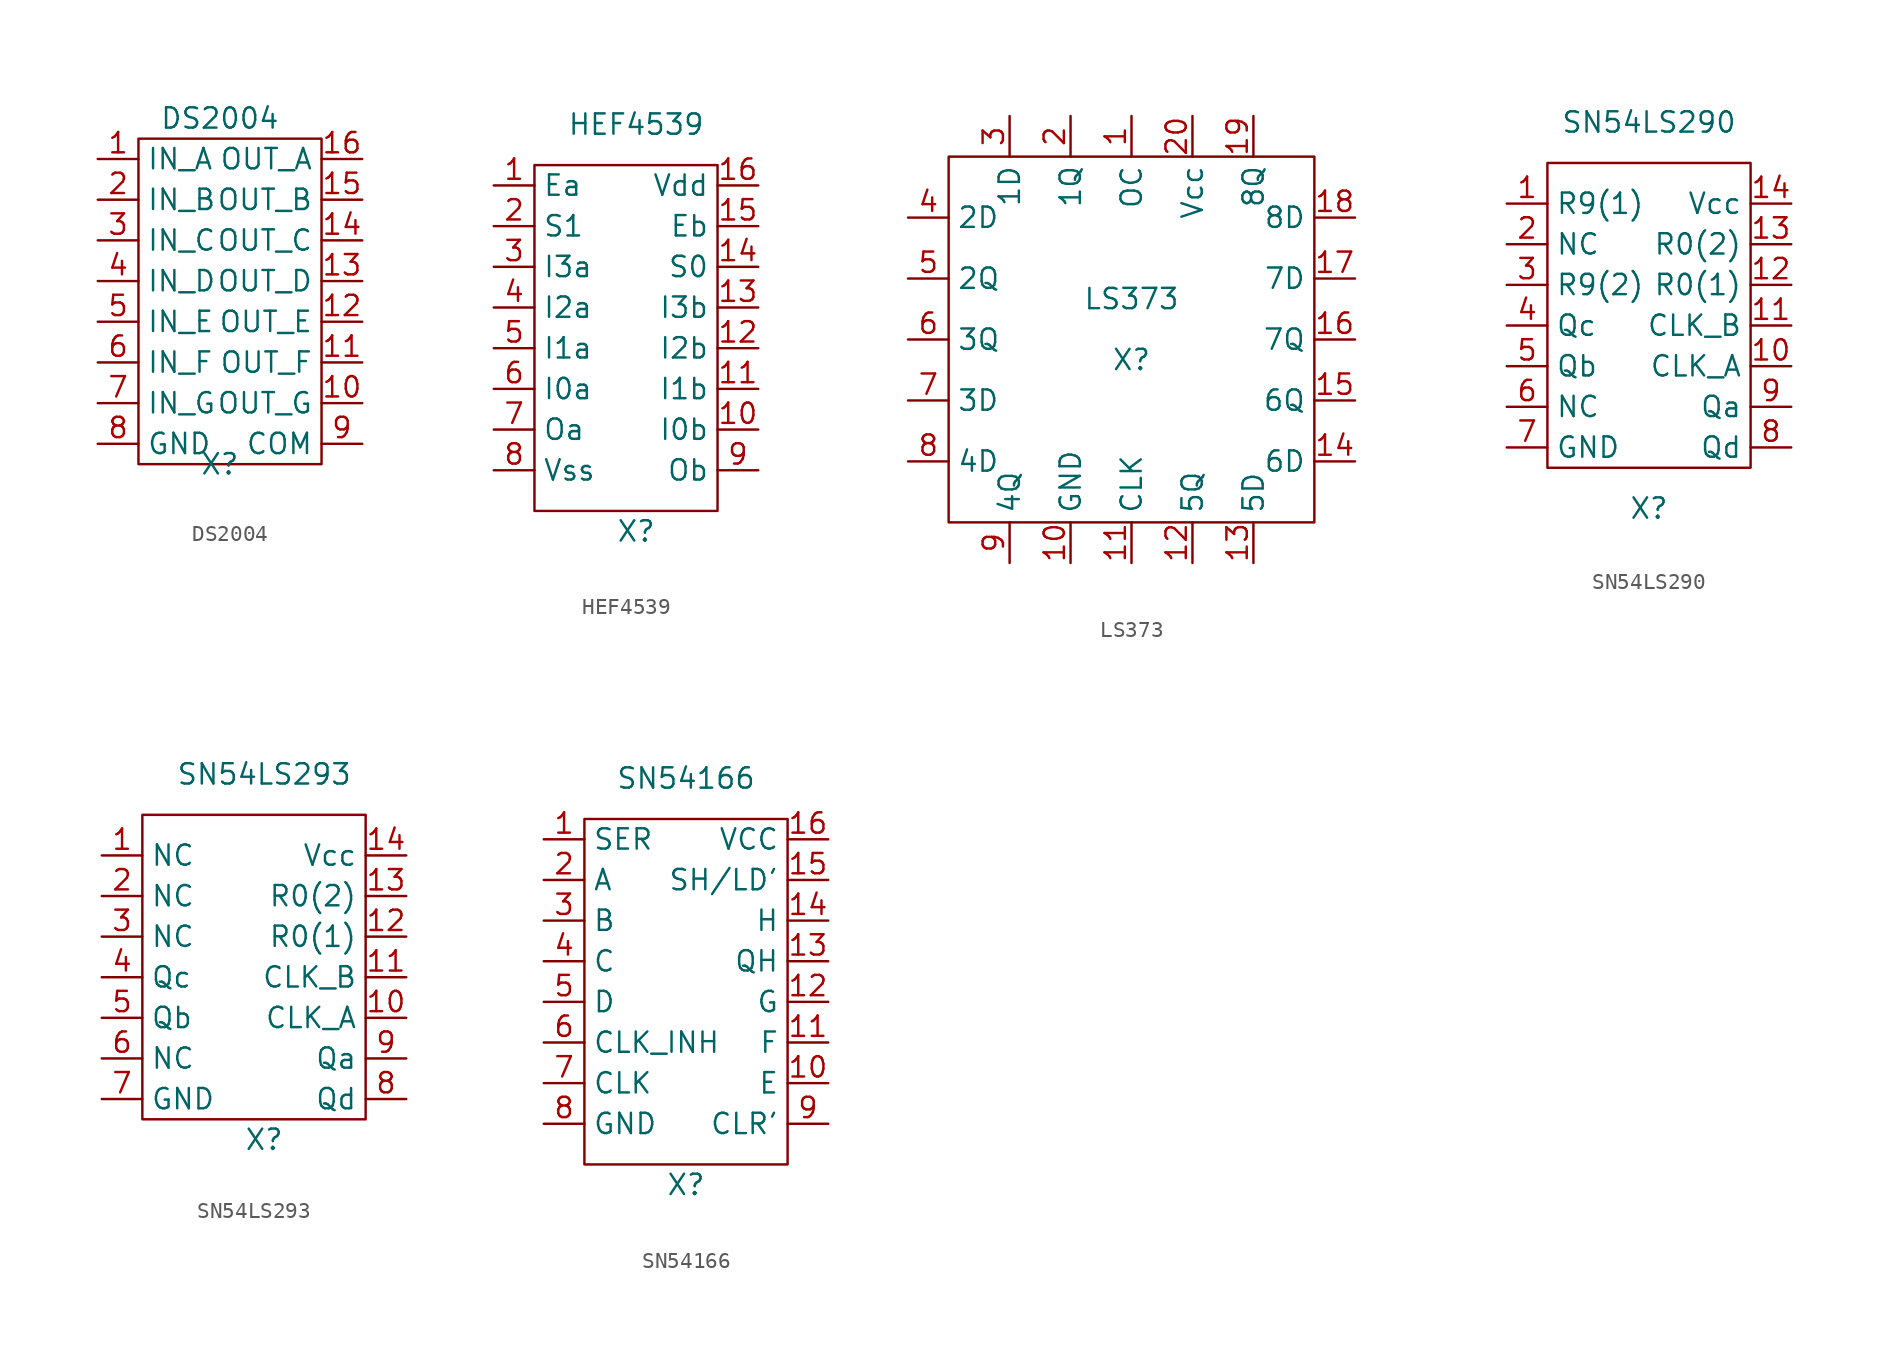
<source format=kicad_sym>
(kicad_symbol_lib
  (version 20211014)
  (generator kicad_symbol_editor)
  (symbol "DS2004"
    (property "Reference" "X"
      (at 0 -11.43 0)
      (effects (font (size 1.27 1.27))))
    (property "Value" "DS2004"
      (at 0 10.16 0)
      (effects (font (size 1.27 1.27))))
    (symbol "DS2004_0_1"
      (rectangle (start -5.08 8.89) (end 6.35 -11.43) (stroke (width 0) (type default) (color 0 0 0 0)) (fill (type none))))
    (symbol "DS2004_1_1"
      (pin input line (at -7.62 7.62 0) (length 2.54) (name "IN_A" (effects (font (size 1.27 1.27)))) (number "1" (effects (font (size 1.27 1.27)))))
      (pin output line (at 8.89 -7.62 180) (length 2.54) (name "OUT_G" (effects (font (size 1.27 1.27)))) (number "10" (effects (font (size 1.27 1.27)))))
      (pin output line (at 8.89 -5.08 180) (length 2.54) (name "OUT_F" (effects (font (size 1.27 1.27)))) (number "11" (effects (font (size 1.27 1.27)))))
      (pin output line (at 8.89 -2.54 180) (length 2.54) (name "OUT_E" (effects (font (size 1.27 1.27)))) (number "12" (effects (font (size 1.27 1.27)))))
      (pin output line (at 8.89 0 180) (length 2.54) (name "OUT_D" (effects (font (size 1.27 1.27)))) (number "13" (effects (font (size 1.27 1.27)))))
      (pin output line (at 8.89 2.54 180) (length 2.54) (name "OUT_C" (effects (font (size 1.27 1.27)))) (number "14" (effects (font (size 1.27 1.27)))))
      (pin output line (at 8.89 5.08 180) (length 2.54) (name "OUT_B" (effects (font (size 1.27 1.27)))) (number "15" (effects (font (size 1.27 1.27)))))
      (pin output line (at 8.89 7.62 180) (length 2.54) (name "OUT_A" (effects (font (size 1.27 1.27)))) (number "16" (effects (font (size 1.27 1.27)))))
      (pin input line (at -7.62 5.08 0) (length 2.54) (name "IN_B" (effects (font (size 1.27 1.27)))) (number "2" (effects (font (size 1.27 1.27)))))
      (pin input line (at -7.62 2.54 0) (length 2.54) (name "IN_C" (effects (font (size 1.27 1.27)))) (number "3" (effects (font (size 1.27 1.27)))))
      (pin input line (at -7.62 0 0) (length 2.54) (name "IN_D" (effects (font (size 1.27 1.27)))) (number "4" (effects (font (size 1.27 1.27)))))
      (pin input line (at -7.62 -2.54 0) (length 2.54) (name "IN_E" (effects (font (size 1.27 1.27)))) (number "5" (effects (font (size 1.27 1.27)))))
      (pin input line (at -7.62 -5.08 0) (length 2.54) (name "IN_F" (effects (font (size 1.27 1.27)))) (number "6" (effects (font (size 1.27 1.27)))))
      (pin input line (at -7.62 -7.62 0) (length 2.54) (name "IN_G" (effects (font (size 1.27 1.27)))) (number "7" (effects (font (size 1.27 1.27)))))
      (pin input line (at -7.62 -10.16 0) (length 2.54) (name "GND" (effects (font (size 1.27 1.27)))) (number "8" (effects (font (size 1.27 1.27)))))
      (pin output line (at 8.89 -10.16 180) (length 2.54) (name "COM" (effects (font (size 1.27 1.27)))) (number "9" (effects (font (size 1.27 1.27)))))))
  (symbol "HEF4539"
    (property "Reference" "X"
      (at 0 -16.51 0)
      (effects (font (size 1.27 1.27))))
    (property "Value" "HEF4539"
      (at 0 8.89 0)
      (effects (font (size 1.27 1.27))))
    (symbol "HEF4539_0_1"
      (rectangle (start -6.35 6.35) (end 5.08 -15.24) (stroke (width 0) (type default) (color 0 0 0 0)) (fill (type none))))
    (symbol "HEF4539_1_1"
      (pin input line (at -8.89 5.08 0) (length 2.54) (name "Ea" (effects (font (size 1.27 1.27)))) (number "1" (effects (font (size 1.27 1.27)))))
      (pin input line (at 7.62 -10.16 180) (length 2.54) (name "I0b" (effects (font (size 1.27 1.27)))) (number "10" (effects (font (size 1.27 1.27)))))
      (pin input line (at 7.62 -7.62 180) (length 2.54) (name "I1b" (effects (font (size 1.27 1.27)))) (number "11" (effects (font (size 1.27 1.27)))))
      (pin input line (at 7.62 -5.08 180) (length 2.54) (name "I2b" (effects (font (size 1.27 1.27)))) (number "12" (effects (font (size 1.27 1.27)))))
      (pin input line (at 7.62 -2.54 180) (length 2.54) (name "I3b" (effects (font (size 1.27 1.27)))) (number "13" (effects (font (size 1.27 1.27)))))
      (pin input line (at 7.62 0 180) (length 2.54) (name "S0" (effects (font (size 1.27 1.27)))) (number "14" (effects (font (size 1.27 1.27)))))
      (pin input line (at 7.62 2.54 180) (length 2.54) (name "Eb" (effects (font (size 1.27 1.27)))) (number "15" (effects (font (size 1.27 1.27)))))
      (pin input line (at 7.62 5.08 180) (length 2.54) (name "Vdd" (effects (font (size 1.27 1.27)))) (number "16" (effects (font (size 1.27 1.27)))))
      (pin input line (at -8.89 2.54 0) (length 2.54) (name "S1" (effects (font (size 1.27 1.27)))) (number "2" (effects (font (size 1.27 1.27)))))
      (pin input line (at -8.89 0 0) (length 2.54) (name "I3a" (effects (font (size 1.27 1.27)))) (number "3" (effects (font (size 1.27 1.27)))))
      (pin input line (at -8.89 -2.54 0) (length 2.54) (name "I2a" (effects (font (size 1.27 1.27)))) (number "4" (effects (font (size 1.27 1.27)))))
      (pin input line (at -8.89 -5.08 0) (length 2.54) (name "I1a" (effects (font (size 1.27 1.27)))) (number "5" (effects (font (size 1.27 1.27)))))
      (pin input line (at -8.89 -7.62 0) (length 2.54) (name "I0a" (effects (font (size 1.27 1.27)))) (number "6" (effects (font (size 1.27 1.27)))))
      (pin output line (at -8.89 -10.16 0) (length 2.54) (name "Oa" (effects (font (size 1.27 1.27)))) (number "7" (effects (font (size 1.27 1.27)))))
      (pin input line (at -8.89 -12.7 0) (length 2.54) (name "Vss" (effects (font (size 1.27 1.27)))) (number "8" (effects (font (size 1.27 1.27)))))
      (pin output line (at 7.62 -12.7 180) (length 2.54) (name "Ob" (effects (font (size 1.27 1.27)))) (number "9" (effects (font (size 1.27 1.27)))))))
  (symbol "LS373"
    (property "Reference" "X"
      (at -1.27 -1.27 0)
      (effects (font (size 1.27 1.27))))
    (property "Value" "LS373"
      (at -1.27 2.54 0)
      (effects (font (size 1.27 1.27))))
    (symbol "LS373_0_1"
      (rectangle (start -12.7 11.43) (end 10.16 -11.43) (stroke (width 0) (type default) (color 0 0 0 0)) (fill (type none))))
    (symbol "LS373_1_1"
      (pin input line (at -1.27 13.97 270) (length 2.54) (name "OC" (effects (font (size 1.27 1.27)))) (number "1" (effects (font (size 1.27 1.27)))))
      (pin input line (at -5.08 -13.97 90) (length 2.54) (name "GND" (effects (font (size 1.27 1.27)))) (number "10" (effects (font (size 1.27 1.27)))))
      (pin input line (at -1.27 -13.97 90) (length 2.54) (name "CLK" (effects (font (size 1.27 1.27)))) (number "11" (effects (font (size 1.27 1.27)))))
      (pin output line (at 2.54 -13.97 90) (length 2.54) (name "5Q" (effects (font (size 1.27 1.27)))) (number "12" (effects (font (size 1.27 1.27)))))
      (pin input line (at 6.35 -13.97 90) (length 2.54) (name "5D" (effects (font (size 1.27 1.27)))) (number "13" (effects (font (size 1.27 1.27)))))
      (pin input line (at 12.7 -7.62 180) (length 2.54) (name "6D" (effects (font (size 1.27 1.27)))) (number "14" (effects (font (size 1.27 1.27)))))
      (pin output line (at 12.7 -3.81 180) (length 2.54) (name "6Q" (effects (font (size 1.27 1.27)))) (number "15" (effects (font (size 1.27 1.27)))))
      (pin output line (at 12.7 0 180) (length 2.54) (name "7Q" (effects (font (size 1.27 1.27)))) (number "16" (effects (font (size 1.27 1.27)))))
      (pin input line (at 12.7 3.81 180) (length 2.54) (name "7D" (effects (font (size 1.27 1.27)))) (number "17" (effects (font (size 1.27 1.27)))))
      (pin input line (at 12.7 7.62 180) (length 2.54) (name "8D" (effects (font (size 1.27 1.27)))) (number "18" (effects (font (size 1.27 1.27)))))
      (pin output line (at 6.35 13.97 270) (length 2.54) (name "8Q" (effects (font (size 1.27 1.27)))) (number "19" (effects (font (size 1.27 1.27)))))
      (pin output line (at -5.08 13.97 270) (length 2.54) (name "1Q" (effects (font (size 1.27 1.27)))) (number "2" (effects (font (size 1.27 1.27)))))
      (pin input line (at 2.54 13.97 270) (length 2.54) (name "Vcc" (effects (font (size 1.27 1.27)))) (number "20" (effects (font (size 1.27 1.27)))))
      (pin input line (at -8.89 13.97 270) (length 2.54) (name "1D" (effects (font (size 1.27 1.27)))) (number "3" (effects (font (size 1.27 1.27)))))
      (pin input line (at -15.24 7.62 0) (length 2.54) (name "2D" (effects (font (size 1.27 1.27)))) (number "4" (effects (font (size 1.27 1.27)))))
      (pin output line (at -15.24 3.81 0) (length 2.54) (name "2Q" (effects (font (size 1.27 1.27)))) (number "5" (effects (font (size 1.27 1.27)))))
      (pin output line (at -15.24 0 0) (length 2.54) (name "3Q" (effects (font (size 1.27 1.27)))) (number "6" (effects (font (size 1.27 1.27)))))
      (pin input line (at -15.24 -3.81 0) (length 2.54) (name "3D" (effects (font (size 1.27 1.27)))) (number "7" (effects (font (size 1.27 1.27)))))
      (pin input line (at -15.24 -7.62 0) (length 2.54) (name "4D" (effects (font (size 1.27 1.27)))) (number "8" (effects (font (size 1.27 1.27)))))
      (pin output line (at -8.89 -13.97 90) (length 2.54) (name "4Q" (effects (font (size 1.27 1.27)))) (number "9" (effects (font (size 1.27 1.27)))))))
  (symbol "SN54LS290"
    (property "Reference" "X"
      (at 0 -11.43 0)
      (effects (font (size 1.27 1.27))))
    (property "Value" "SN54LS290"
      (at 0 12.7 0)
      (effects (font (size 1.27 1.27))))
    (symbol "SN54LS290_0_1"
      (rectangle (start -6.35 10.16) (end 6.35 -8.89) (stroke (width 0) (type default) (color 0 0 0 0)) (fill (type none))))
    (symbol "SN54LS290_1_1"
      (pin input line (at -8.89 7.62 0) (length 2.54) (name "R9(1)" (effects (font (size 1.27 1.27)))) (number "1" (effects (font (size 1.27 1.27)))))
      (pin input line (at 8.89 -2.54 180) (length 2.54) (name "CLK_A" (effects (font (size 1.27 1.27)))) (number "10" (effects (font (size 1.27 1.27)))))
      (pin input line (at 8.89 0 180) (length 2.54) (name "CLK_B" (effects (font (size 1.27 1.27)))) (number "11" (effects (font (size 1.27 1.27)))))
      (pin input line (at 8.89 2.54 180) (length 2.54) (name "R0(1)" (effects (font (size 1.27 1.27)))) (number "12" (effects (font (size 1.27 1.27)))))
      (pin input line (at 8.89 5.08 180) (length 2.54) (name "R0(2)" (effects (font (size 1.27 1.27)))) (number "13" (effects (font (size 1.27 1.27)))))
      (pin input line (at 8.89 7.62 180) (length 2.54) (name "Vcc" (effects (font (size 1.27 1.27)))) (number "14" (effects (font (size 1.27 1.27)))))
      (pin input line (at -8.89 5.08 0) (length 2.54) (name "NC" (effects (font (size 1.27 1.27)))) (number "2" (effects (font (size 1.27 1.27)))))
      (pin input line (at -8.89 2.54 0) (length 2.54) (name "R9(2)" (effects (font (size 1.27 1.27)))) (number "3" (effects (font (size 1.27 1.27)))))
      (pin output line (at -8.89 0 0) (length 2.54) (name "Qc" (effects (font (size 1.27 1.27)))) (number "4" (effects (font (size 1.27 1.27)))))
      (pin output line (at -8.89 -2.54 0) (length 2.54) (name "Qb" (effects (font (size 1.27 1.27)))) (number "5" (effects (font (size 1.27 1.27)))))
      (pin input line (at -8.89 -5.08 0) (length 2.54) (name "NC" (effects (font (size 1.27 1.27)))) (number "6" (effects (font (size 1.27 1.27)))))
      (pin input line (at -8.89 -7.62 0) (length 2.54) (name "GND" (effects (font (size 1.27 1.27)))) (number "7" (effects (font (size 1.27 1.27)))))
      (pin output line (at 8.89 -7.62 180) (length 2.54) (name "Qd" (effects (font (size 1.27 1.27)))) (number "8" (effects (font (size 1.27 1.27)))))
      (pin output line (at 8.89 -5.08 180) (length 2.54) (name "Qa" (effects (font (size 1.27 1.27)))) (number "9" (effects (font (size 1.27 1.27)))))))
  (symbol "SN54LS293"
    (property "Reference" "X"
      (at 0 -6.35 0)
      (effects (font (size 1.27 1.27))))
    (property "Value" "SN54LS293"
      (at 0 16.51 0)
      (effects (font (size 1.27 1.27))))
    (symbol "SN54LS293_0_1"
      (rectangle (start -7.62 13.97) (end 6.35 -5.08) (stroke (width 0) (type default) (color 0 0 0 0)) (fill (type none))))
    (symbol "SN54LS293_1_1"
      (pin input line (at -10.16 11.43 0) (length 2.54) (name "NC" (effects (font (size 1.27 1.27)))) (number "1" (effects (font (size 1.27 1.27)))))
      (pin input line (at 8.89 1.27 180) (length 2.54) (name "CLK_A" (effects (font (size 1.27 1.27)))) (number "10" (effects (font (size 1.27 1.27)))))
      (pin input line (at 8.89 3.81 180) (length 2.54) (name "CLK_B" (effects (font (size 1.27 1.27)))) (number "11" (effects (font (size 1.27 1.27)))))
      (pin input line (at 8.89 6.35 180) (length 2.54) (name "R0(1)" (effects (font (size 1.27 1.27)))) (number "12" (effects (font (size 1.27 1.27)))))
      (pin input line (at 8.89 8.89 180) (length 2.54) (name "R0(2)" (effects (font (size 1.27 1.27)))) (number "13" (effects (font (size 1.27 1.27)))))
      (pin input line (at 8.89 11.43 180) (length 2.54) (name "Vcc" (effects (font (size 1.27 1.27)))) (number "14" (effects (font (size 1.27 1.27)))))
      (pin input line (at -10.16 8.89 0) (length 2.54) (name "NC" (effects (font (size 1.27 1.27)))) (number "2" (effects (font (size 1.27 1.27)))))
      (pin input line (at -10.16 6.35 0) (length 2.54) (name "NC" (effects (font (size 1.27 1.27)))) (number "3" (effects (font (size 1.27 1.27)))))
      (pin output line (at -10.16 3.81 0) (length 2.54) (name "Qc" (effects (font (size 1.27 1.27)))) (number "4" (effects (font (size 1.27 1.27)))))
      (pin output line (at -10.16 1.27 0) (length 2.54) (name "Qb" (effects (font (size 1.27 1.27)))) (number "5" (effects (font (size 1.27 1.27)))))
      (pin input line (at -10.16 -1.27 0) (length 2.54) (name "NC" (effects (font (size 1.27 1.27)))) (number "6" (effects (font (size 1.27 1.27)))))
      (pin input line (at -10.16 -3.81 0) (length 2.54) (name "GND" (effects (font (size 1.27 1.27)))) (number "7" (effects (font (size 1.27 1.27)))))
      (pin output line (at 8.89 -3.81 180) (length 2.54) (name "Qd" (effects (font (size 1.27 1.27)))) (number "8" (effects (font (size 1.27 1.27)))))
      (pin output line (at 8.89 -1.27 180) (length 2.54) (name "Qa" (effects (font (size 1.27 1.27)))) (number "9" (effects (font (size 1.27 1.27)))))))
  (symbol "SN54166"
    (property "Reference" "X"
      (at 0 -10.16 0)
      (effects (font (size 1.27 1.27))))
    (property "Value" "SN54166"
      (at 0 15.24 0)
      (effects (font (size 1.27 1.27))))
    (symbol "SN54166_0_1"
      (rectangle (start -6.35 12.7) (end 6.35 -8.89) (stroke (width 0) (type default) (color 0 0 0 0)) (fill (type none))))
    (symbol "SN54166_1_1"
      (pin input line (at -8.89 11.43 0) (length 2.54) (name "SER" (effects (font (size 1.27 1.27)))) (number "1" (effects (font (size 1.27 1.27)))))
      (pin input line (at 8.89 -3.81 180) (length 2.54) (name "E" (effects (font (size 1.27 1.27)))) (number "10" (effects (font (size 1.27 1.27)))))
      (pin input line (at 8.89 -1.27 180) (length 2.54) (name "F" (effects (font (size 1.27 1.27)))) (number "11" (effects (font (size 1.27 1.27)))))
      (pin input line (at 8.89 1.27 180) (length 2.54) (name "G" (effects (font (size 1.27 1.27)))) (number "12" (effects (font (size 1.27 1.27)))))
      (pin output line (at 8.89 3.81 180) (length 2.54) (name "QH" (effects (font (size 1.27 1.27)))) (number "13" (effects (font (size 1.27 1.27)))))
      (pin input line (at 8.89 6.35 180) (length 2.54) (name "H" (effects (font (size 1.27 1.27)))) (number "14" (effects (font (size 1.27 1.27)))))
      (pin input line (at 8.89 8.89 180) (length 2.54) (name "SH/LD'" (effects (font (size 1.27 1.27)))) (number "15" (effects (font (size 1.27 1.27)))))
      (pin input line (at 8.89 11.43 180) (length 2.54) (name "VCC" (effects (font (size 1.27 1.27)))) (number "16" (effects (font (size 1.27 1.27)))))
      (pin input line (at -8.89 8.89 0) (length 2.54) (name "A" (effects (font (size 1.27 1.27)))) (number "2" (effects (font (size 1.27 1.27)))))
      (pin input line (at -8.89 6.35 0) (length 2.54) (name "B" (effects (font (size 1.27 1.27)))) (number "3" (effects (font (size 1.27 1.27)))))
      (pin input line (at -8.89 3.81 0) (length 2.54) (name "C" (effects (font (size 1.27 1.27)))) (number "4" (effects (font (size 1.27 1.27)))))
      (pin input line (at -8.89 1.27 0) (length 2.54) (name "D" (effects (font (size 1.27 1.27)))) (number "5" (effects (font (size 1.27 1.27)))))
      (pin input line (at -8.89 -1.27 0) (length 2.54) (name "CLK_INH" (effects (font (size 1.27 1.27)))) (number "6" (effects (font (size 1.27 1.27)))))
      (pin input line (at -8.89 -3.81 0) (length 2.54) (name "CLK" (effects (font (size 1.27 1.27)))) (number "7" (effects (font (size 1.27 1.27)))))
      (pin input line (at -8.89 -6.35 0) (length 2.54) (name "GND" (effects (font (size 1.27 1.27)))) (number "8" (effects (font (size 1.27 1.27)))))
      (pin input line (at 8.89 -6.35 180) (length 2.54) (name "CLR'" (effects (font (size 1.27 1.27)))) (number "9" (effects (font (size 1.27 1.27))))))))
</source>
